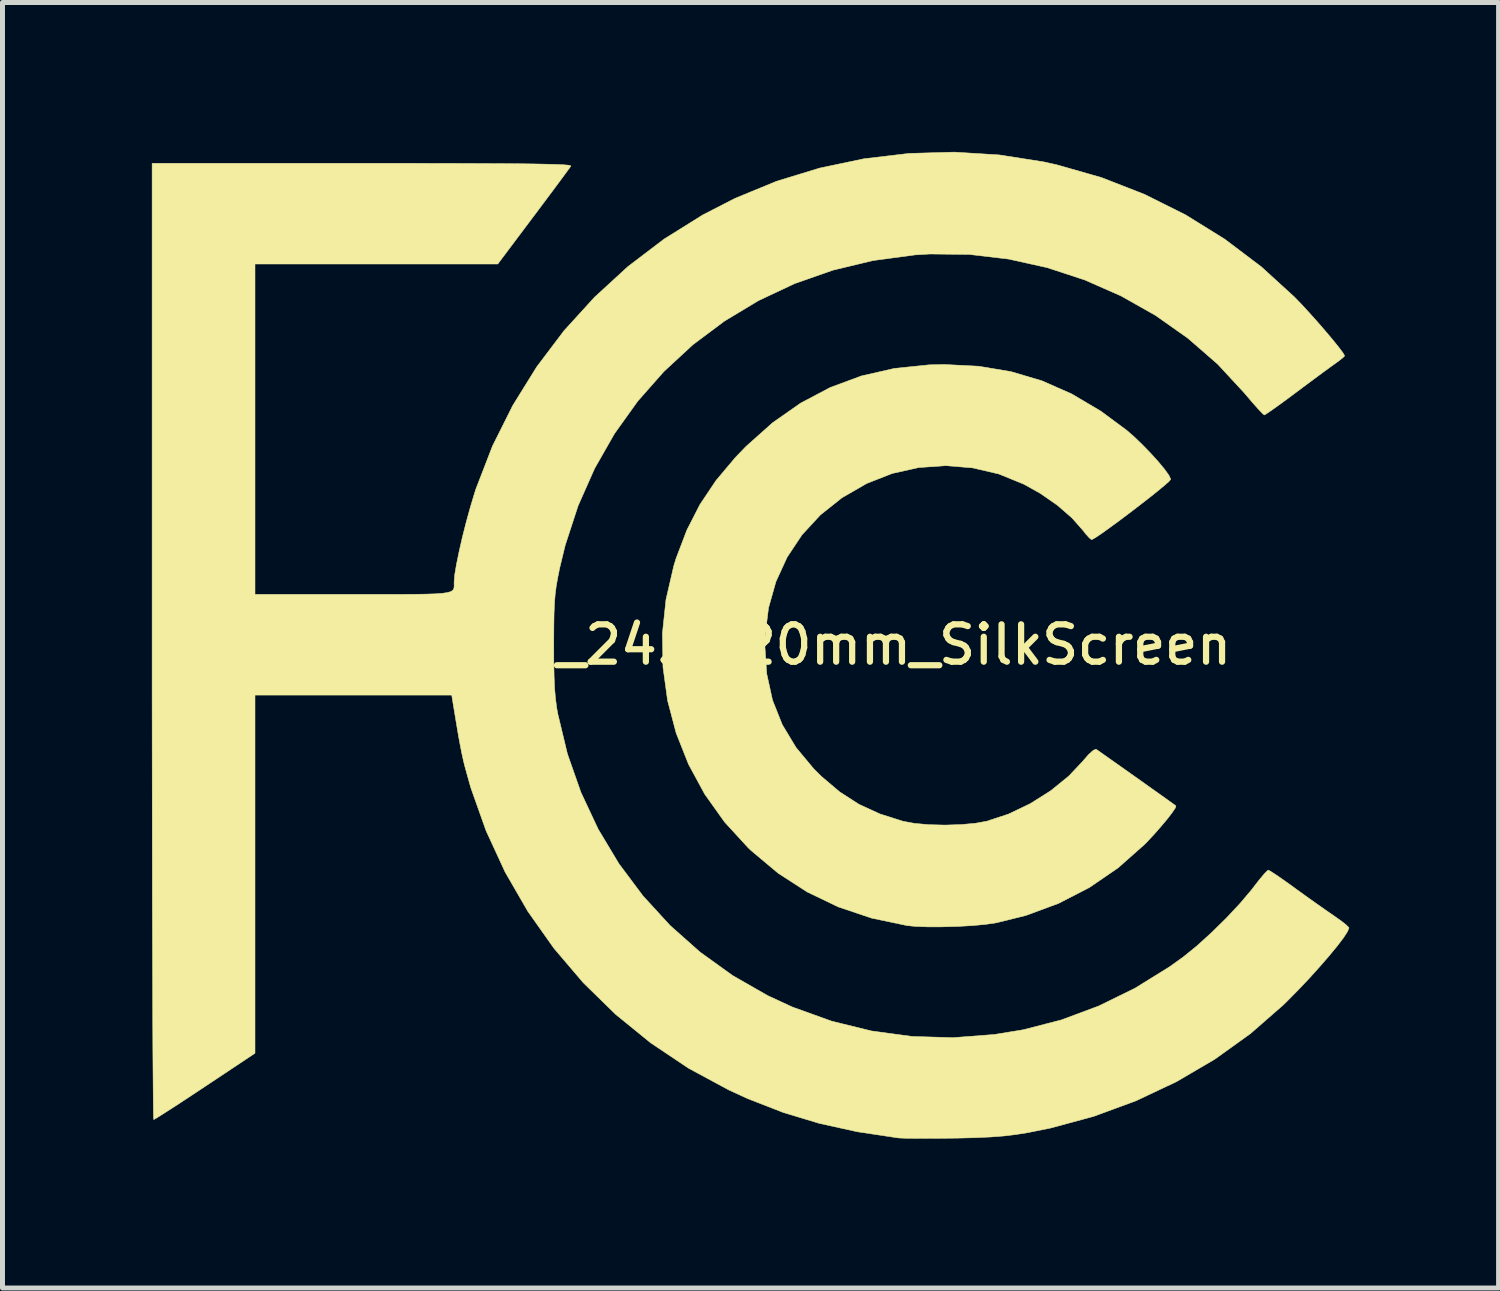
<source format=kicad_pcb>
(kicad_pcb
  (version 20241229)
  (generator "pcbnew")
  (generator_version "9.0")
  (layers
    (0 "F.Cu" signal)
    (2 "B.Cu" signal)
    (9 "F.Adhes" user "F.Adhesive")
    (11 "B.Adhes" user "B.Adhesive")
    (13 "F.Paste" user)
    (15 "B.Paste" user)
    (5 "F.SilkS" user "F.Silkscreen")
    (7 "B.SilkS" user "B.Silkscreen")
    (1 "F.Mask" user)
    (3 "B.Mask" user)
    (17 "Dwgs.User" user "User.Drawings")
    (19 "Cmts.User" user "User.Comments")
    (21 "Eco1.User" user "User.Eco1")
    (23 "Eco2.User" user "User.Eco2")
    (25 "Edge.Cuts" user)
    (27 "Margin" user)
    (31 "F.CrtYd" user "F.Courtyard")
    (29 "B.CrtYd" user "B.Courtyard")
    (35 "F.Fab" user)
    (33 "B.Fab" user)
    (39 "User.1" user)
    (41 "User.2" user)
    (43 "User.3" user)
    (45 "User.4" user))
  (footprint "FCC-Logo_24.2x20mm_SilkScreen"
    (layer "F.Cu")
    (at 12.046 9.898)
    (property "Reference" "FCC-Logo_24.2x20mm_SilkScreen" (at 0 0 0) (layer "F.SilkS") (effects (font (size 0.75 0.75) (thickness 0.125))))
    (attr exclude_from_pos_files exclude_from_bom allow_missing_courtyard)
    (fp_poly (pts (xy 4.559 -5.593) (xy 5.211 -5.484) (xy 5.831 -5.3) (xy 6.427 -5.037) (xy 7.01 -4.692) (xy 7.523 -4.313) (xy 7.68 -4.177) (xy 7.847 -4.016) (xy 8.013 -3.845) (xy 8.166 -3.676) (xy 8.292 -3.524) (xy 8.379 -3.403) (xy 8.415 -3.325) (xy 8.415 -3.321) (xy 8.382 -3.281) (xy 8.289 -3.199) (xy 8.15 -3.084) (xy 7.977 -2.946) (xy 7.781 -2.794) (xy 7.576 -2.637) (xy 7.374 -2.485) (xy 7.186 -2.348) (xy 7.026 -2.233) (xy 6.905 -2.152) (xy 6.836 -2.113) (xy 6.827 -2.11) (xy 6.782 -2.144) (xy 6.707 -2.227) (xy 6.658 -2.291) (xy 6.432 -2.547) (xy 6.138 -2.802) (xy 5.795 -3.04) (xy 5.466 -3.224) (xy 4.963 -3.429) (xy 4.436 -3.552) (xy 3.896 -3.596) (xy 3.355 -3.558) (xy 2.824 -3.44) (xy 2.314 -3.24) (xy 2.309 -3.238) (xy 1.812 -2.951) (xy 1.378 -2.605) (xy 1.01 -2.206) (xy 0.712 -1.758) (xy 0.487 -1.267) (xy 0.338 -0.739) (xy 0.269 -0.178) (xy 0.264 0.013) (xy 0.302 0.582) (xy 0.418 1.112) (xy 0.614 1.605) (xy 0.891 2.065) (xy 1.249 2.495) (xy 1.396 2.641) (xy 1.768 2.956) (xy 2.153 3.204) (xy 2.575 3.398) (xy 3.037 3.545) (xy 3.27 3.588) (xy 3.561 3.614) (xy 3.882 3.622) (xy 4.203 3.612) (xy 4.497 3.585) (xy 4.719 3.545) (xy 5.157 3.401) (xy 5.592 3.193) (xy 6.003 2.934) (xy 6.368 2.638) (xy 6.641 2.349) (xy 6.763 2.208) (xy 6.858 2.122) (xy 6.915 2.098) (xy 6.919 2.1) (xy 6.964 2.131) (xy 7.067 2.204) (xy 7.217 2.31) (xy 7.4 2.439) (xy 7.602 2.582) (xy 7.812 2.731) (xy 8.016 2.876) (xy 8.202 3.008) (xy 8.356 3.118) (xy 8.466 3.197) (xy 8.519 3.235) (xy 8.52 3.236) (xy 8.508 3.278) (xy 8.446 3.37) (xy 8.347 3.499) (xy 8.22 3.65) (xy 8.079 3.811) (xy 7.933 3.967) (xy 7.883 4.017) (xy 7.36 4.48) (xy 6.785 4.874) (xy 6.165 5.194) (xy 5.505 5.438) (xy 4.911 5.585) (xy 4.698 5.616) (xy 4.428 5.641) (xy 4.126 5.658) (xy 3.817 5.666) (xy 3.526 5.666) (xy 3.276 5.656) (xy 3.12 5.64) (xy 2.406 5.49) (xy 1.738 5.265) (xy 1.114 4.965) (xy 0.532 4.589) (xy -0.011 4.134) (xy -0.072 4.076) (xy -0.544 3.561) (xy -0.943 3.001) (xy -1.268 2.402) (xy -1.517 1.774) (xy -1.689 1.121) (xy -1.781 0.452) (xy -1.793 -0.226) (xy -1.721 -0.907) (xy -1.565 -1.582) (xy -1.518 -1.735) (xy -1.302 -2.302) (xy -1.039 -2.816) (xy -0.718 -3.296) (xy -0.327 -3.761) (xy -0.116 -3.98) (xy 0.42 -4.458) (xy 0.984 -4.853) (xy 1.577 -5.166) (xy 2.203 -5.398) (xy 2.864 -5.549) (xy 3.562 -5.621) (xy 3.867 -5.628) (xy 4.559 -5.593)) (stroke (width 0.01) (type solid)) (fill yes) (layer "F.SilkS"))
    (fp_poly (pts (xy 4.971 -9.837) (xy 5.86 -9.698) (xy 6.13 -9.638) (xy 7.023 -9.383) (xy 7.887 -9.046) (xy 8.714 -8.633) (xy 9.499 -8.146) (xy 10.235 -7.59) (xy 10.897 -6.986) (xy 11.038 -6.841) (xy 11.196 -6.669) (xy 11.361 -6.485) (xy 11.521 -6.3) (xy 11.667 -6.127) (xy 11.787 -5.978) (xy 11.871 -5.867) (xy 11.907 -5.806) (xy 11.908 -5.801) (xy 11.875 -5.766) (xy 11.79 -5.699) (xy 11.721 -5.649) (xy 11.623 -5.579) (xy 11.471 -5.468) (xy 11.282 -5.328) (xy 11.072 -5.172) (xy 10.932 -5.067) (xy 10.733 -4.919) (xy 10.557 -4.791) (xy 10.417 -4.692) (xy 10.325 -4.63) (xy 10.295 -4.614) (xy 10.256 -4.646) (xy 10.173 -4.734) (xy 10.057 -4.864) (xy 9.921 -5.024) (xy 9.894 -5.056) (xy 9.357 -5.636) (xy 8.759 -6.156) (xy 8.111 -6.613) (xy 7.419 -7.004) (xy 6.69 -7.325) (xy 5.935 -7.573) (xy 5.159 -7.745) (xy 4.371 -7.838) (xy 3.58 -7.847) (xy 3.271 -7.828) (xy 2.435 -7.715) (xy 1.632 -7.522) (xy 0.864 -7.253) (xy 0.137 -6.911) (xy -0.546 -6.5) (xy -1.181 -6.025) (xy -1.763 -5.487) (xy -2.289 -4.891) (xy -2.754 -4.241) (xy -3.154 -3.54) (xy -3.486 -2.791) (xy -3.745 -1.998) (xy -3.856 -1.541) (xy -3.895 -1.347) (xy -3.925 -1.178) (xy -3.946 -1.015) (xy -3.96 -0.839) (xy -3.969 -0.633) (xy -3.973 -0.377) (xy -3.975 -0.053) (xy -3.975 -0.022) (xy -3.974 0.342) (xy -3.968 0.636) (xy -3.958 0.876) (xy -3.94 1.08) (xy -3.916 1.265) (xy -3.895 1.384) (xy -3.701 2.191) (xy -3.429 2.966) (xy -3.083 3.703) (xy -2.667 4.397) (xy -2.184 5.043) (xy -1.64 5.637) (xy -1.038 6.172) (xy -0.382 6.644) (xy 0.324 7.048) (xy 0.82 7.277) (xy 1.606 7.56) (xy 2.408 7.757) (xy 3.223 7.867) (xy 4.047 7.891) (xy 4.877 7.827) (xy 5.456 7.732) (xy 6.219 7.535) (xy 6.97 7.255) (xy 7.698 6.898) (xy 8.392 6.468) (xy 8.672 6.267) (xy 8.944 6.046) (xy 9.239 5.778) (xy 9.535 5.487) (xy 9.809 5.194) (xy 10.039 4.922) (xy 10.087 4.859) (xy 10.199 4.715) (xy 10.294 4.602) (xy 10.358 4.537) (xy 10.375 4.526) (xy 10.422 4.551) (xy 10.526 4.618) (xy 10.673 4.72) (xy 10.849 4.845) (xy 10.909 4.889) (xy 11.122 5.043) (xy 11.34 5.198) (xy 11.539 5.338) (xy 11.693 5.444) (xy 11.7 5.449) (xy 11.837 5.546) (xy 11.941 5.628) (xy 11.993 5.68) (xy 11.995 5.687) (xy 11.967 5.759) (xy 11.886 5.884) (xy 11.759 6.051) (xy 11.596 6.249) (xy 11.405 6.469) (xy 11.196 6.701) (xy 10.975 6.934) (xy 10.753 7.159) (xy 10.673 7.237) (xy 10.017 7.81) (xy 9.301 8.324) (xy 8.532 8.775) (xy 7.719 9.159) (xy 6.869 9.472) (xy 5.989 9.71) (xy 5.537 9.8) (xy 5.298 9.838) (xy 5.059 9.866) (xy 4.798 9.886) (xy 4.495 9.9) (xy 4.13 9.909) (xy 4.043 9.91) (xy 3.753 9.913) (xy 3.485 9.914) (xy 3.253 9.913) (xy 3.074 9.911) (xy 2.962 9.906) (xy 2.944 9.905) (xy 2.121 9.781) (xy 1.356 9.612) (xy 0.631 9.393) (xy -0.075 9.118) (xy -0.461 8.941) (xy -1.269 8.505) (xy -2.027 7.997) (xy -2.733 7.423) (xy -3.382 6.788) (xy -3.971 6.097) (xy -4.496 5.354) (xy -4.952 4.565) (xy -5.335 3.734) (xy -5.643 2.866) (xy -5.756 2.461) (xy -5.789 2.33) (xy -5.819 2.193) (xy -5.85 2.037) (xy -5.886 1.845) (xy -5.927 1.602) (xy -5.978 1.294) (xy -6.001 1.154) (xy -6.024 1.011) (xy -9.975 1.011) (xy -9.975 8.204) (xy -10.976 8.87) (xy -11.24 9.045) (xy -11.48 9.203) (xy -11.687 9.337) (xy -11.85 9.441) (xy -11.96 9.51) (xy -12.008 9.536) (xy -12.009 9.536) (xy -12.012 9.493) (xy -12.015 9.366) (xy -12.018 9.158) (xy -12.02 8.875) (xy -12.023 8.52) (xy -12.026 8.097) (xy -12.028 7.61) (xy -12.03 7.063) (xy -12.032 6.46) (xy -12.034 5.805) (xy -12.036 5.102) (xy -12.037 4.354) (xy -12.038 3.567) (xy -12.039 2.743) (xy -12.04 1.887) (xy -12.041 1.003) (xy -12.041 0.095) (xy -12.041 -0.066) (xy -12.041 -9.668) (xy -7.82 -9.668) (xy -7.092 -9.668) (xy -6.449 -9.667) (xy -5.884 -9.666) (xy -5.395 -9.664) (xy -4.975 -9.662) (xy -4.622 -9.659) (xy -4.331 -9.655) (xy -4.096 -9.65) (xy -3.915 -9.645) (xy -3.782 -9.639) (xy -3.693 -9.632) (xy -3.644 -9.623) (xy -3.631 -9.614) (xy -3.631 -9.613) (xy -3.666 -9.564) (xy -3.746 -9.455) (xy -3.864 -9.295) (xy -4.013 -9.094) (xy -4.187 -8.862) (xy -4.377 -8.608) (xy -4.382 -8.602) (xy -5.099 -7.646) (xy -9.975 -7.646) (xy -9.975 -1.011) (xy -8.003 -1.011) (xy -7.528 -1.011) (xy -7.133 -1.011) (xy -6.811 -1.012) (xy -6.555 -1.016) (xy -6.357 -1.022) (xy -6.21 -1.033) (xy -6.106 -1.048) (xy -6.038 -1.069) (xy -5.999 -1.097) (xy -5.98 -1.133) (xy -5.975 -1.177) (xy -5.976 -1.231) (xy -5.976 -1.261) (xy -5.964 -1.404) (xy -5.929 -1.612) (xy -5.876 -1.87) (xy -5.81 -2.159) (xy -5.733 -2.463) (xy -5.65 -2.763) (xy -5.566 -3.042) (xy -5.536 -3.135) (xy -5.206 -3.989) (xy -4.798 -4.805) (xy -4.318 -5.579) (xy -3.77 -6.305) (xy -3.157 -6.978) (xy -2.486 -7.594) (xy -1.759 -8.147) (xy -0.982 -8.632) (xy -0.336 -8.964) (xy 0.499 -9.308) (xy 1.367 -9.573) (xy 2.257 -9.76) (xy 3.16 -9.867) (xy 4.068 -9.893) (xy 4.971 -9.837)) (stroke (width 0.01) (type solid)) (fill yes) (layer "F.SilkS")))
  (gr_rect
    (start -3 -3)
    (end 27.046 22.817)
    (stroke (width 0.1) (type default))
    (fill no)
    (layer "Edge.Cuts")))
</source>
